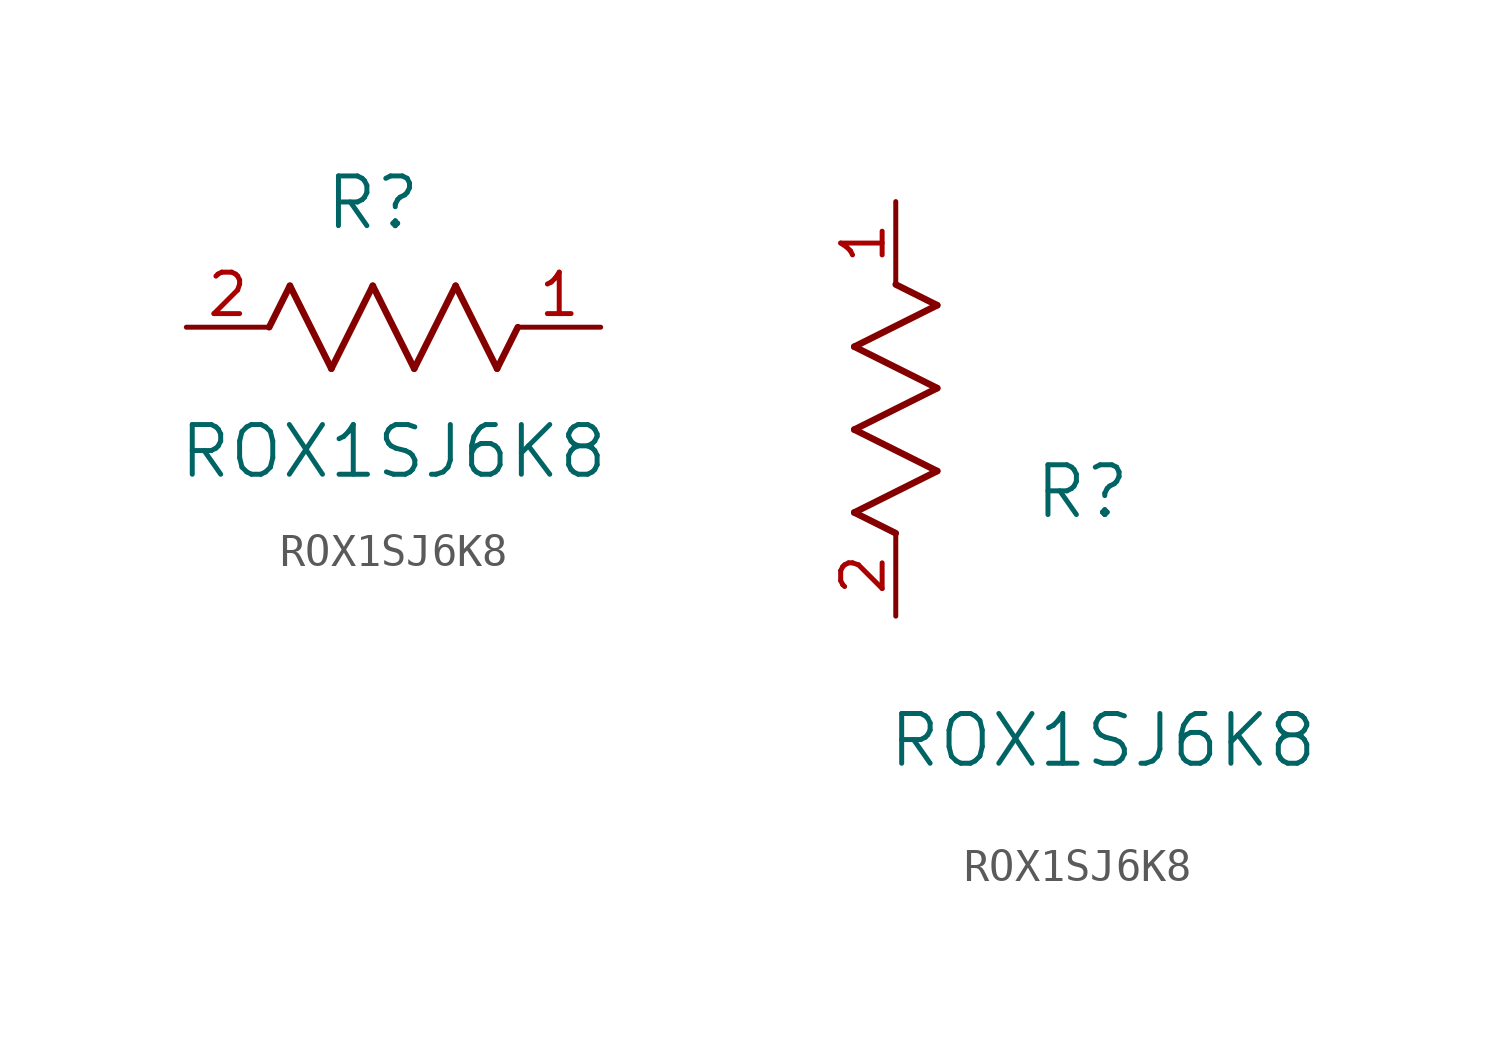
<source format=kicad_sym>
(kicad_symbol_lib
  (version 20211014)
  (generator kicad_symbol_editor)
  (symbol "ROX1SJ6K8"
    (pin_names
      (offset 0.254))
    (property "Reference" "R"
      (at 5.715 3.81 0)
      (effects (font (size 1.524 1.524))))
    (property "Value" "ROX1SJ6K8"
      (at 6.35 -3.81 0)
      (effects (font (size 1.524 1.524))))
    (symbol "ROX1SJ6K8_1_1"
      (polyline (pts (xy 3.175 1.27) (xy 4.445 -1.27)) (stroke (width 0.203) (type default) (color 0 0 0 0)) (fill (type none)))
      (polyline (pts (xy 4.445 -1.27) (xy 5.715 1.27)) (stroke (width 0.203) (type default) (color 0 0 0 0)) (fill (type none)))
      (polyline (pts (xy 5.715 1.27) (xy 6.985 -1.27)) (stroke (width 0.203) (type default) (color 0 0 0 0)) (fill (type none)))
      (polyline (pts (xy 6.985 -1.27) (xy 8.255 1.27)) (stroke (width 0.203) (type default) (color 0 0 0 0)) (fill (type none)))
      (polyline (pts (xy 8.255 1.27) (xy 9.525 -1.27)) (stroke (width 0.203) (type default) (color 0 0 0 0)) (fill (type none)))
      (polyline (pts (xy 2.54 0) (xy 3.175 1.27)) (stroke (width 0.203) (type default) (color 0 0 0 0)) (fill (type none)))
      (polyline (pts (xy 9.525 -1.27) (xy 10.16 0)) (stroke (width 0.203) (type default) (color 0 0 0 0)) (fill (type none)))
      (pin unspecified line (at 0 0 0) (length 2.54) (name "" (effects (font (size 1.27 1.27)))) (number "2" (effects (font (size 1.27 1.27)))))
      (pin unspecified line (at 12.7 0 180) (length 2.54) (name "" (effects (font (size 1.27 1.27)))) (number "1" (effects (font (size 1.27 1.27))))))
    (symbol "ROX1SJ6K8_1_2"
      (polyline (pts (xy 0 2.54) (xy -1.27 3.175)) (stroke (width 0.203) (type default) (color 0 0 0 0)) (fill (type none)))
      (polyline (pts (xy -1.27 3.175) (xy 1.27 4.445)) (stroke (width 0.203) (type default) (color 0 0 0 0)) (fill (type none)))
      (polyline (pts (xy 1.27 4.445) (xy -1.27 5.715)) (stroke (width 0.203) (type default) (color 0 0 0 0)) (fill (type none)))
      (polyline (pts (xy -1.27 5.715) (xy 1.27 6.985)) (stroke (width 0.203) (type default) (color 0 0 0 0)) (fill (type none)))
      (polyline (pts (xy -1.27 8.255) (xy 1.27 9.525)) (stroke (width 0.203) (type default) (color 0 0 0 0)) (fill (type none)))
      (polyline (pts (xy 1.27 9.525) (xy 0 10.16)) (stroke (width 0.203) (type default) (color 0 0 0 0)) (fill (type none)))
      (polyline (pts (xy 1.27 6.985) (xy -1.27 8.255)) (stroke (width 0.203) (type default) (color 0 0 0 0)) (fill (type none)))
      (pin unspecified line (at 0 0 90) (length 2.54) (name "" (effects (font (size 1.27 1.27)))) (number "2" (effects (font (size 1.27 1.27)))))
      (pin unspecified line (at 0 12.7 270) (length 2.54) (name "" (effects (font (size 1.27 1.27)))) (number "1" (effects (font (size 1.27 1.27))))))))
</source>
